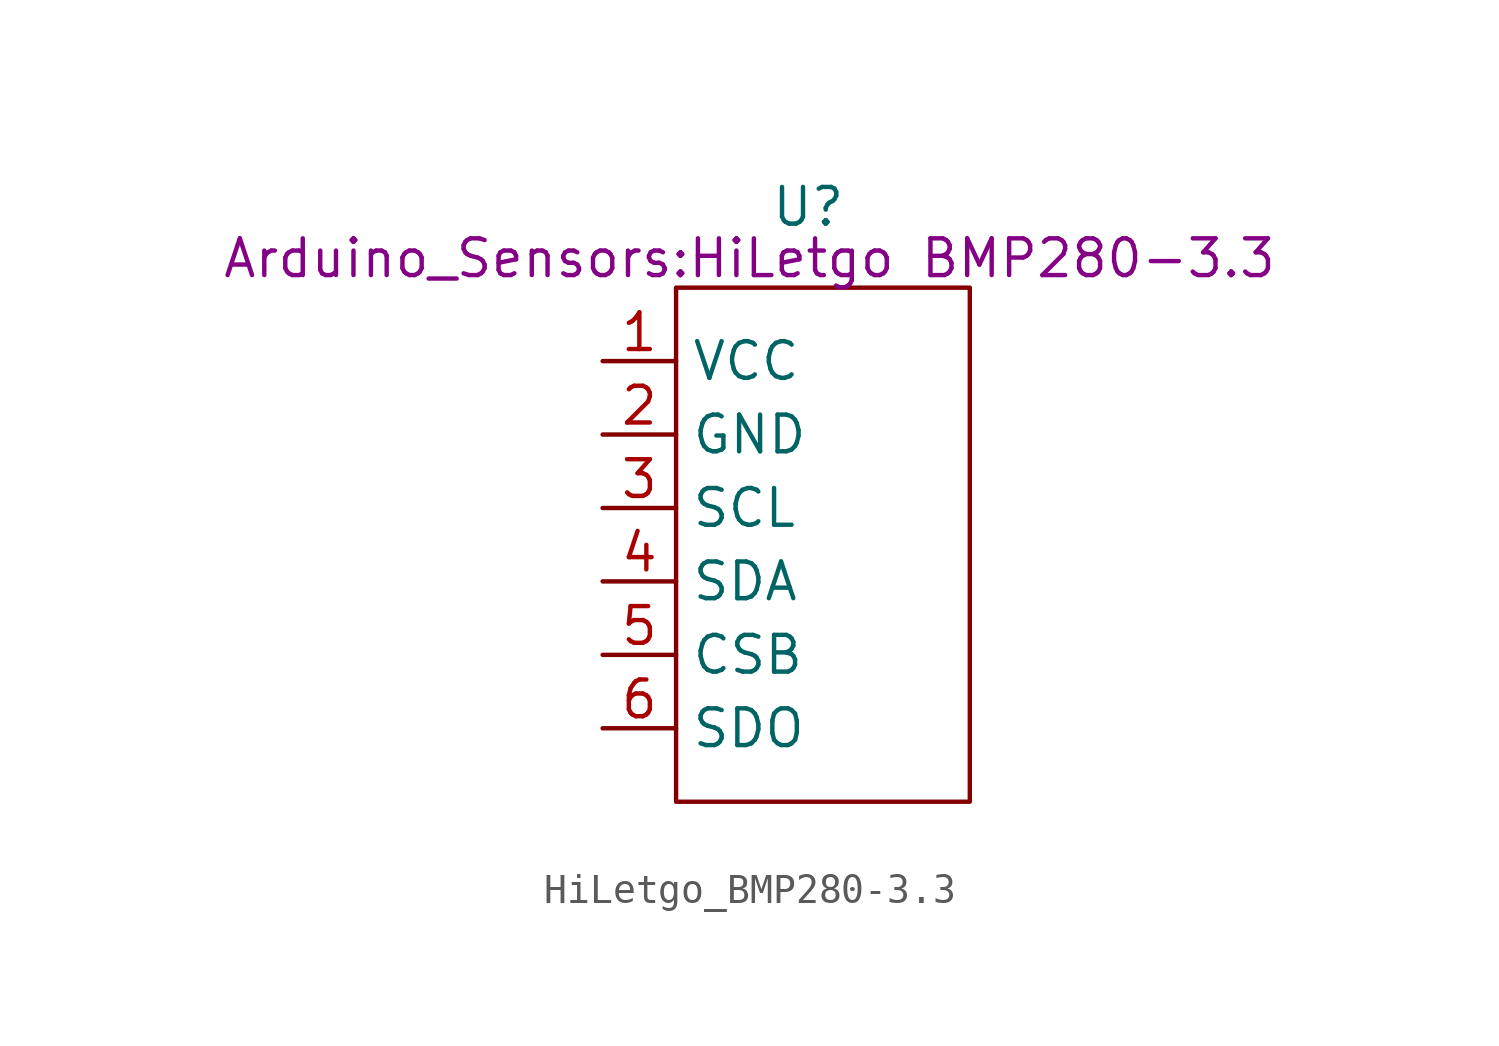
<source format=kicad_sym>
(kicad_symbol_lib
  (version 20220914)
  (generator kicad_symbol_editor)
  (symbol "HiLetgo_BMP280-3.3"
    (property "Reference" "U"
      (at -0.254 2.794 0)
      (effects (font (size 1.27 1.27))))
    (property "Value" ""
      (at -2.286 0 0)
      (effects (font (size 1.27 1.27))))
    (property "Footprint" "Arduino_Sensors:HiLetgo BMP280-3.3"
      (at -2.286 1.016 0)
      (effects (font (size 1.27 1.27))))
    (symbol "HiLetgo_BMP280-3.3_1_1"
      (rectangle (start -4.826 0) (end 5.334 -17.78) (stroke (width 0) (type default)) (fill (type none)))
      (pin input line (at -7.366 -2.54 0) (length 2.54) (name "VCC" (effects (font (size 1.27 1.27)))) (number "1" (effects (font (size 1.27 1.27)))))
      (pin input line (at -7.366 -5.08 0) (length 2.54) (name "GND" (effects (font (size 1.27 1.27)))) (number "2" (effects (font (size 1.27 1.27)))))
      (pin input line (at -7.366 -7.62 0) (length 2.54) (name "SCL" (effects (font (size 1.27 1.27)))) (number "3" (effects (font (size 1.27 1.27)))))
      (pin input line (at -7.366 -10.16 0) (length 2.54) (name "SDA" (effects (font (size 1.27 1.27)))) (number "4" (effects (font (size 1.27 1.27)))))
      (pin input line (at -7.366 -12.7 0) (length 2.54) (name "CSB" (effects (font (size 1.27 1.27)))) (number "5" (effects (font (size 1.27 1.27)))))
      (pin input line (at -7.366 -15.24 0) (length 2.54) (name "SDO" (effects (font (size 1.27 1.27)))) (number "6" (effects (font (size 1.27 1.27))))))))
</source>
